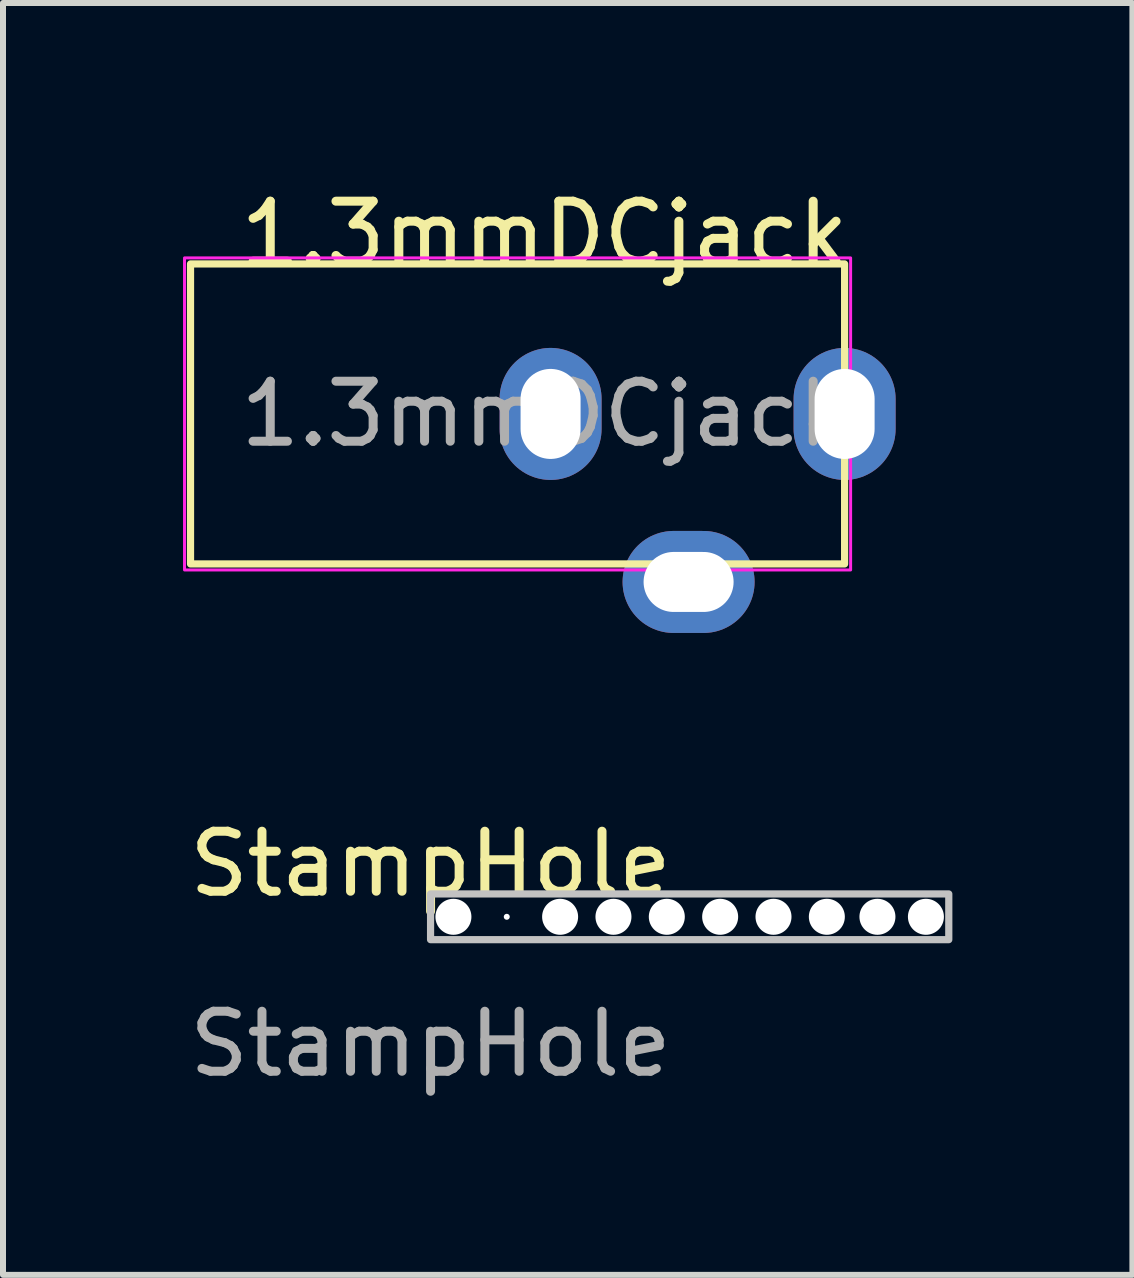
<source format=kicad_pcb>
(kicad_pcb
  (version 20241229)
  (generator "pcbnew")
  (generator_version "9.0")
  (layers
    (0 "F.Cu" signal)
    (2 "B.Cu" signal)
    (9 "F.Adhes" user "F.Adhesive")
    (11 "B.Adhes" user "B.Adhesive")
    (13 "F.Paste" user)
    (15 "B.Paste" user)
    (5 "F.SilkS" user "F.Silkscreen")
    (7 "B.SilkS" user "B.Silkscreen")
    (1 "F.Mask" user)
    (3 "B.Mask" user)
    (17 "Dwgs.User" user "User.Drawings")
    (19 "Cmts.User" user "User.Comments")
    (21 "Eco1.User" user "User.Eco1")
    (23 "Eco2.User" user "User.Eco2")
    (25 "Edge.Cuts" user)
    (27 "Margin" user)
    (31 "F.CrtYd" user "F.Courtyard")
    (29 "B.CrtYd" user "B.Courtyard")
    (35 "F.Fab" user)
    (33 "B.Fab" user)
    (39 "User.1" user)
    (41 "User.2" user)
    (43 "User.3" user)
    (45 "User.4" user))
  (footprint "1.3mmDCjack"
    (layer "F.Cu")
    (at 6.025 1.348)
    (property "Reference" "1.3mmDCjack" (at 0 -0.5 0) (unlocked yes) (layer "F.SilkS") (effects (font (size 1 1) (thickness 0.15))))
    (attr through_hole)
    (fp_rect (start -5.9 0) (end 5 5) (stroke (width 0.12) (type default)) (fill no) (layer "F.SilkS"))
    (fp_rect (start -6 -0.1) (end 5.1 5.1) (stroke (width 0.05) (type default)) (fill no) (layer "F.CrtYd"))
    (fp_text user "${REFERENCE}" (at 0 2.5 0) (unlocked yes) (layer "F.Fab") (effects (font (size 1 1) (thickness 0.15))))
    (pad "1" thru_hole oval (at 5 2.5 90) (size 2.2 1.7) (drill oval 1.5 1) (layers "*.Cu" "*.Mask"))
    (pad "2" thru_hole oval (at 0.1 2.5 90) (size 2.2 1.7) (drill oval 1.5 1) (layers "*.Cu" "*.Mask"))
    (pad "3" thru_hole oval (at 2.4 5.3 180) (size 2.2 1.7) (drill oval 1.5 1) (layers "*.Cu" "*.Mask")))
  (footprint "StampHole"
    (layer "F.Cu")
    (at 4.125 11.847)
    (property "Reference" "StampHole" (at 0 -0.5 0) (unlocked yes) (layer "F.SilkS") (effects (font (size 1 1) (thickness 0.15))))
    (attr through_hole)
    (fp_rect (start 0 0) (end 8.636 0.762) (stroke (width 0.12) (type default)) (fill no) (layer "Dwgs.User"))
    (fp_text user "${REFERENCE}" (at 0 2.5 0) (unlocked yes) (layer "F.Fab") (effects (font (size 1 1) (thickness 0.15))))
    (pad "" np_thru_hole circle (at 0.381 0.381) (size 0.6 0.6) (drill 0.6) (layers "*.Cu" "*.Mask"))
    (pad "" np_thru_hole circle (at 1.27 0.381) (size 0.1 0.1) (drill 0.6) (layers "*.Cu" "*.Mask"))
    (pad "" np_thru_hole circle (at 2.159 0.381) (size 0.6 0.6) (drill 0.6) (layers "*.Cu" "*.Mask"))
    (pad "" np_thru_hole circle (at 3.048 0.381) (size 0.6 0.6) (drill 0.6) (layers "*.Cu" "*.Mask"))
    (pad "" np_thru_hole circle (at 3.937 0.381) (size 0.6 0.6) (drill 0.6) (layers "*.Cu" "*.Mask"))
    (pad "" np_thru_hole circle (at 4.826 0.381) (size 0.6 0.6) (drill 0.6) (layers "*.Cu" "*.Mask"))
    (pad "" np_thru_hole circle (at 5.715 0.381) (size 0.6 0.6) (drill 0.6) (layers "*.Cu" "*.Mask"))
    (pad "" np_thru_hole circle (at 6.604 0.381) (size 0.6 0.6) (drill 0.6) (layers "*.Cu" "*.Mask"))
    (pad "" np_thru_hole circle (at 7.447 0.381) (size 0.6 0.6) (drill 0.6) (layers "*.Cu" "*.Mask"))
    (pad "" np_thru_hole circle (at 8.255 0.381) (size 0.6 0.6) (drill 0.6) (layers "*.Cu" "*.Mask")))
  (gr_rect
    (start -3 -3)
    (end 15.821 18.195)
    (stroke (width 0.1) (type default))
    (fill no)
    (layer "Edge.Cuts")))
</source>
